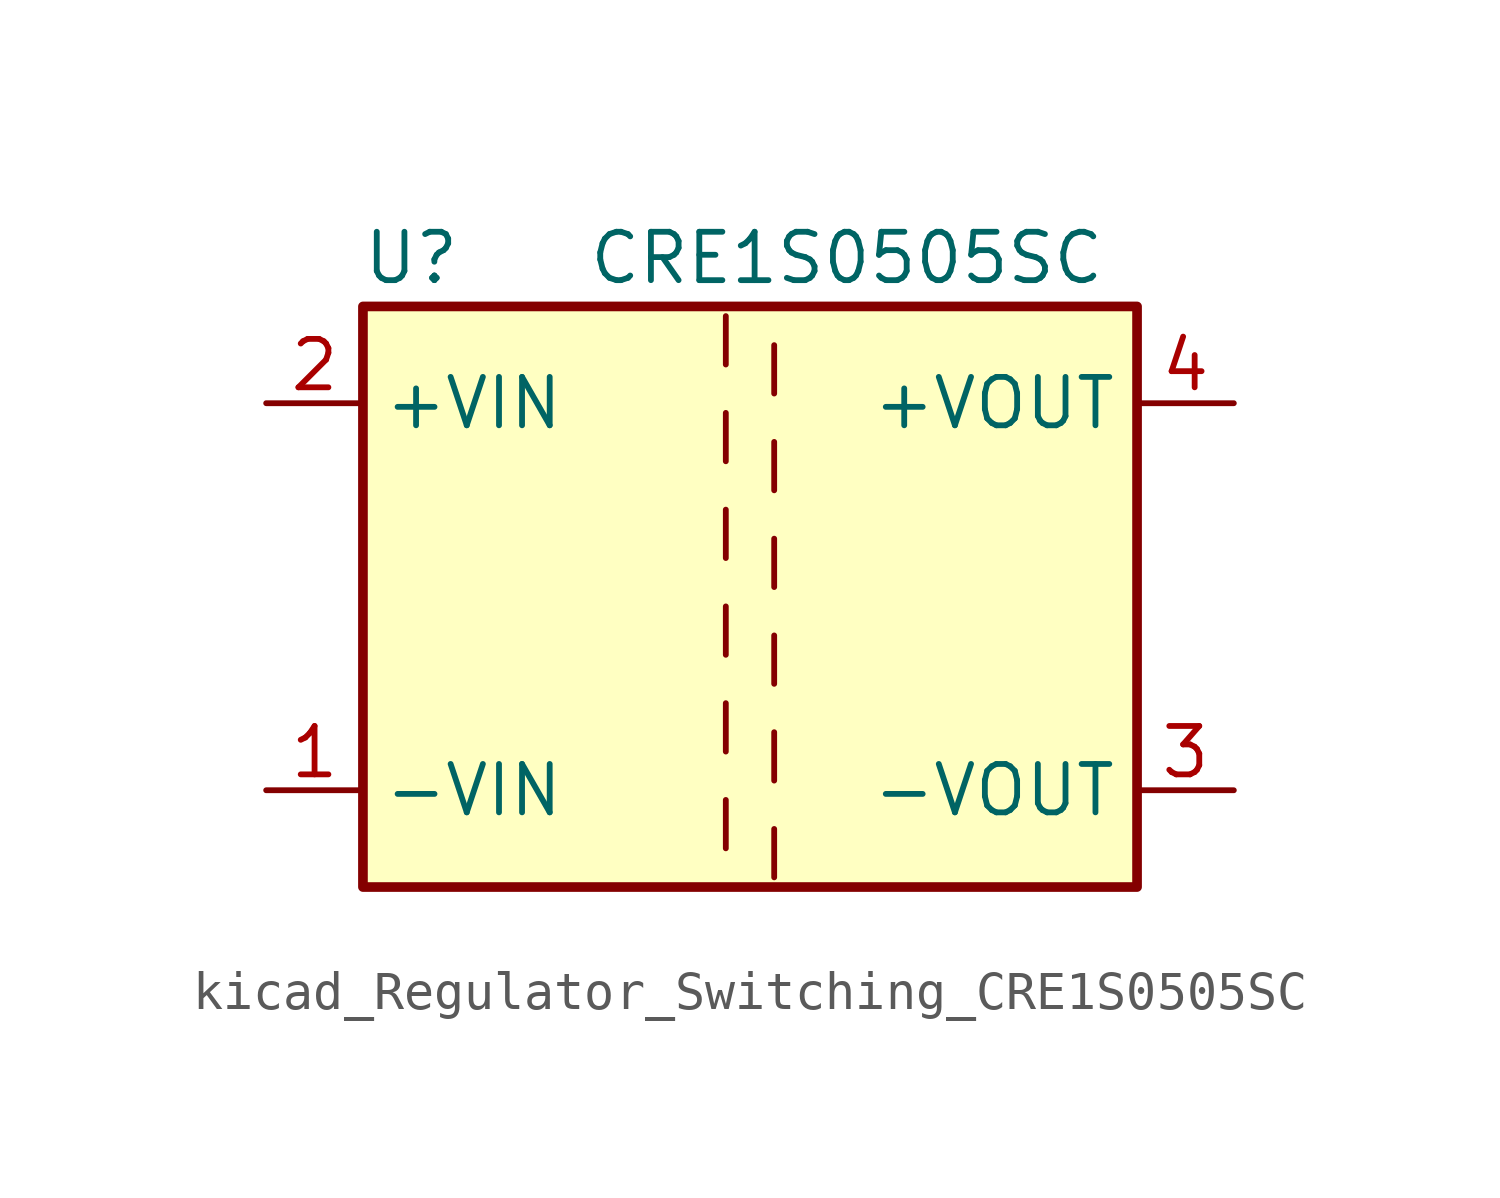
<source format=kicad_sym>
(kicad_symbol_lib
  (version 20220914)
  (generator kicad_symbol_editor)
  (symbol "kicad_Regulator_Switching_CRE1S0505SC"
    (property "Reference" "U"
      (at -8.89 8.89 0)
      (effects (font (size 1.27 1.27))))
    (property "Value" "CRE1S0505SC"
      (at 2.54 8.89 0)
      (effects (font (size 1.27 1.27))))
    (symbol "kicad_Regulator_Switching_CRE1S0505SC_0_1"
      (rectangle (start -10.16 7.62) (end 10.16 -7.62) (stroke (width 0.254) (type default)) (fill (type background)))
      (polyline (pts (xy -0.635 -5.334) (xy -0.635 -6.604)) (stroke (width 0) (type default)) (fill (type none)))
      (polyline (pts (xy -0.635 -2.794) (xy -0.635 -4.064)) (stroke (width 0) (type default)) (fill (type none)))
      (polyline (pts (xy -0.635 -0.254) (xy -0.635 -1.524)) (stroke (width 0) (type default)) (fill (type none)))
      (polyline (pts (xy -0.635 2.286) (xy -0.635 1.016)) (stroke (width 0) (type default)) (fill (type none)))
      (polyline (pts (xy -0.635 4.826) (xy -0.635 3.556)) (stroke (width 0) (type default)) (fill (type none)))
      (polyline (pts (xy -0.635 7.366) (xy -0.635 6.096)) (stroke (width 0) (type default)) (fill (type none)))
      (polyline (pts (xy 0.635 -7.366) (xy 0.635 -6.096)) (stroke (width 0) (type default)) (fill (type none)))
      (polyline (pts (xy 0.635 -4.826) (xy 0.635 -3.556)) (stroke (width 0) (type default)) (fill (type none)))
      (polyline (pts (xy 0.635 -2.286) (xy 0.635 -1.016)) (stroke (width 0) (type default)) (fill (type none)))
      (polyline (pts (xy 0.635 0.254) (xy 0.635 1.524)) (stroke (width 0) (type default)) (fill (type none)))
      (polyline (pts (xy 0.635 2.794) (xy 0.635 4.064)) (stroke (width 0) (type default)) (fill (type none)))
      (polyline (pts (xy 0.635 5.334) (xy 0.635 6.604)) (stroke (width 0) (type default)) (fill (type none))))
    (symbol "kicad_Regulator_Switching_CRE1S0505SC_1_1"
      (pin power_in line (at -12.7 -5.08 0) (length 2.54) (name "-VIN" (effects (font (size 1.27 1.27)))) (number "1" (effects (font (size 1.27 1.27)))))
      (pin power_in line (at -12.7 5.08 0) (length 2.54) (name "+VIN" (effects (font (size 1.27 1.27)))) (number "2" (effects (font (size 1.27 1.27)))))
      (pin power_out line (at 12.7 -5.08 180) (length 2.54) (name "-VOUT" (effects (font (size 1.27 1.27)))) (number "3" (effects (font (size 1.27 1.27)))))
      (pin power_out line (at 12.7 5.08 180) (length 2.54) (name "+VOUT" (effects (font (size 1.27 1.27)))) (number "4" (effects (font (size 1.27 1.27))))))))
</source>
